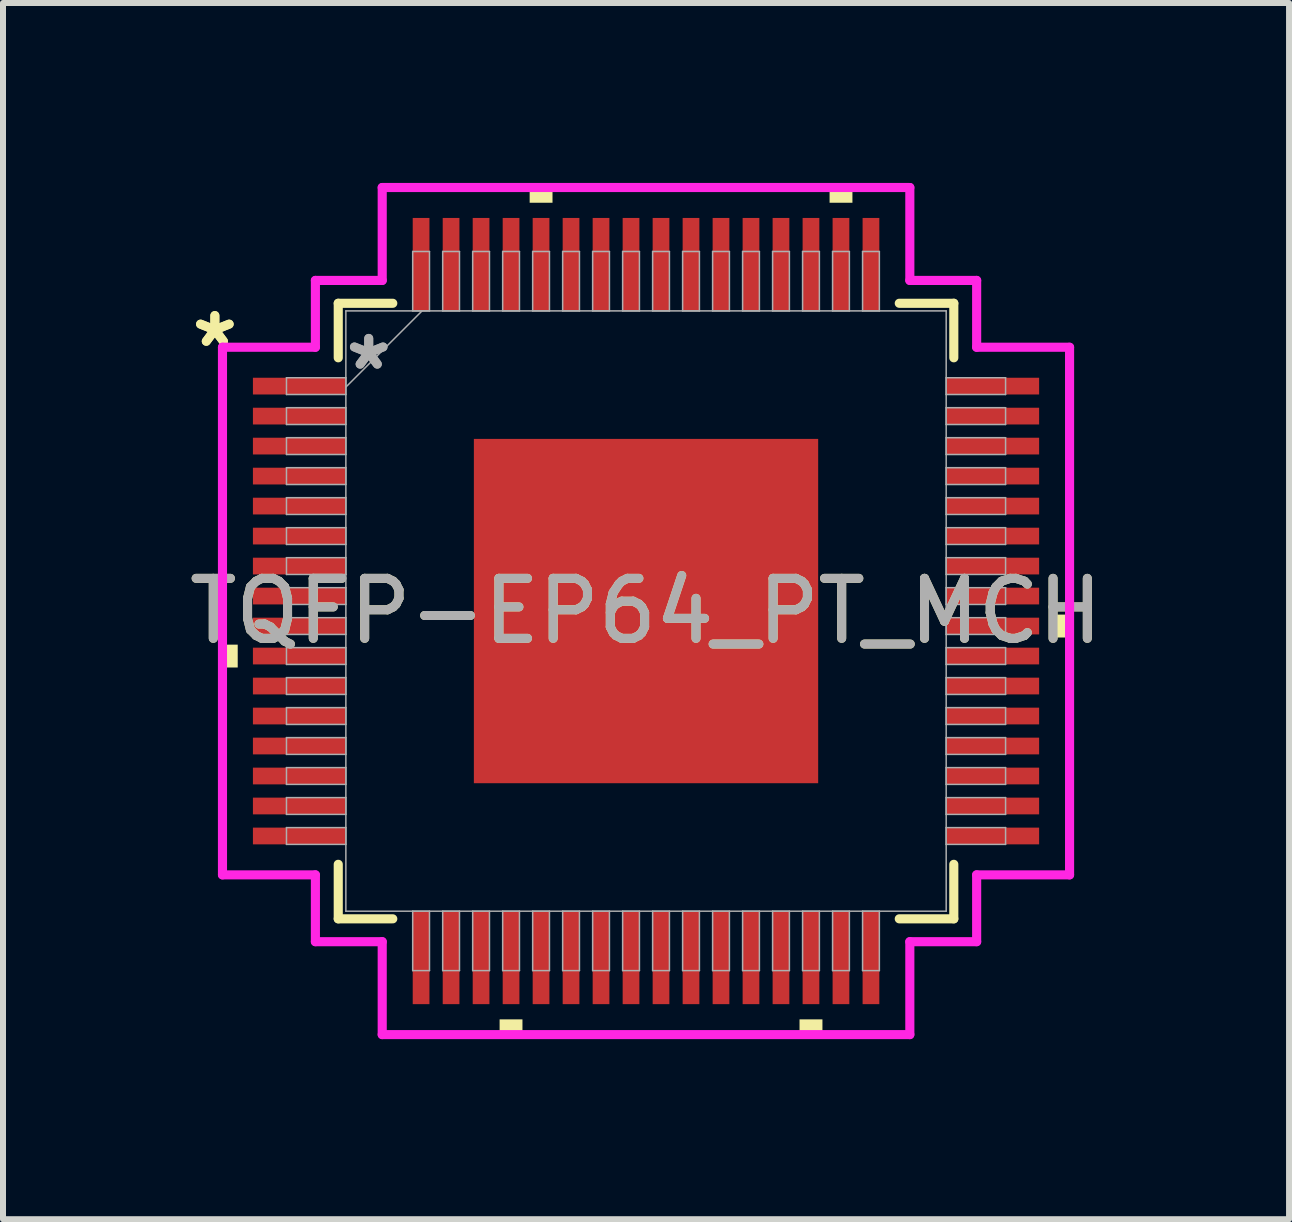
<source format=kicad_pcb>
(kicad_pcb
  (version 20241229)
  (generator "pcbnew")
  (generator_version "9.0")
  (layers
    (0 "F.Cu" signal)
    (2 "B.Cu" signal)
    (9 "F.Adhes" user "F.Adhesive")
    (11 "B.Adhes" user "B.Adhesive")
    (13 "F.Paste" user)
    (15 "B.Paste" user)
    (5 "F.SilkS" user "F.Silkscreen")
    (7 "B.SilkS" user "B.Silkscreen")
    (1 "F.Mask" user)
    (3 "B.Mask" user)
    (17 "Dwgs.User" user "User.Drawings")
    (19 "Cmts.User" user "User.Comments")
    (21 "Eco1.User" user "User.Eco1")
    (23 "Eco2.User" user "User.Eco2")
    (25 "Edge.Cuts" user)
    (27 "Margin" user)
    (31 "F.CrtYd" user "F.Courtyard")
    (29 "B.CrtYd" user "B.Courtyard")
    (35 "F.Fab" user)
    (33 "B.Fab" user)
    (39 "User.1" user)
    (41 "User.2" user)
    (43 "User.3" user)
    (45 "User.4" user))
  (footprint "TQFP-EP64_PT_MCH"
    (layer "F.Cu")
    (at 7.72 7.137)
    (property "Reference" "TQFP-EP64_PT_MCH" (at 0 0 0) (unlocked yes) (layer "F.SilkS") (effects (font (size 1 1) (thickness 0.15))))
    (attr smd)
    (fp_line (start -5.131 -5.131) (end -5.131 -4.222) (stroke (width 0.152) (type solid)) (layer "F.SilkS"))
    (fp_line (start -5.131 4.222) (end -5.131 5.131) (stroke (width 0.152) (type solid)) (layer "F.SilkS"))
    (fp_line (start -5.131 5.131) (end -4.222 5.131) (stroke (width 0.152) (type solid)) (layer "F.SilkS"))
    (fp_line (start -4.222 -5.131) (end -5.131 -5.131) (stroke (width 0.152) (type solid)) (layer "F.SilkS"))
    (fp_line (start 4.222 5.131) (end 5.131 5.131) (stroke (width 0.152) (type solid)) (layer "F.SilkS"))
    (fp_line (start 5.131 -5.131) (end 4.222 -5.131) (stroke (width 0.152) (type solid)) (layer "F.SilkS"))
    (fp_line (start 5.131 -4.222) (end 5.131 -5.131) (stroke (width 0.152) (type solid)) (layer "F.SilkS"))
    (fp_line (start 5.131 5.131) (end 5.131 4.222) (stroke (width 0.152) (type solid)) (layer "F.SilkS"))
    (fp_poly (pts (xy -7.061 0.56) (xy -7.061 0.941) (xy -6.807 0.941) (xy -6.807 0.56)) (stroke (width 0) (type solid)) (fill yes) (layer "F.SilkS"))
    (fp_poly (pts (xy -2.441 6.807) (xy -2.441 7.061) (xy -2.06 7.061) (xy -2.06 6.807)) (stroke (width 0) (type solid)) (fill yes) (layer "F.SilkS"))
    (fp_poly (pts (xy -1.94 -6.807) (xy -1.94 -7.061) (xy -1.559 -7.061) (xy -1.559 -6.807)) (stroke (width 0) (type solid)) (fill yes) (layer "F.SilkS"))
    (fp_poly (pts (xy 2.559 6.807) (xy 2.559 7.061) (xy 2.941 7.061) (xy 2.941 6.807)) (stroke (width 0) (type solid)) (fill yes) (layer "F.SilkS"))
    (fp_poly (pts (xy 3.06 -6.807) (xy 3.06 -7.061) (xy 3.441 -7.061) (xy 3.441 -6.807)) (stroke (width 0) (type solid)) (fill yes) (layer "F.SilkS"))
    (fp_poly (pts (xy 7.061 0.059) (xy 7.061 0.441) (xy 6.807 0.441) (xy 6.807 0.059)) (stroke (width 0) (type solid)) (fill yes) (layer "F.SilkS"))
    (fp_poly (pts (xy -2.77 -2.77) (xy -2.77 -1.535) (xy -1.535 -1.535) (xy -1.535 -2.77)) (stroke (width 0) (type solid)) (fill yes) (layer "F.Paste"))
    (fp_poly (pts (xy -2.77 -1.335) (xy -2.77 -0.1) (xy -1.535 -0.1) (xy -1.535 -1.335)) (stroke (width 0) (type solid)) (fill yes) (layer "F.Paste"))
    (fp_poly (pts (xy -2.77 0.1) (xy -2.77 1.335) (xy -1.535 1.335) (xy -1.535 0.1)) (stroke (width 0) (type solid)) (fill yes) (layer "F.Paste"))
    (fp_poly (pts (xy -2.77 1.535) (xy -2.77 2.77) (xy -1.535 2.77) (xy -1.535 1.535)) (stroke (width 0) (type solid)) (fill yes) (layer "F.Paste"))
    (fp_poly (pts (xy -1.335 -2.77) (xy -1.335 -1.535) (xy -0.1 -1.535) (xy -0.1 -2.77)) (stroke (width 0) (type solid)) (fill yes) (layer "F.Paste"))
    (fp_poly (pts (xy -1.335 -1.335) (xy -1.335 -0.1) (xy -0.1 -0.1) (xy -0.1 -1.335)) (stroke (width 0) (type solid)) (fill yes) (layer "F.Paste"))
    (fp_poly (pts (xy -1.335 0.1) (xy -1.335 1.335) (xy -0.1 1.335) (xy -0.1 0.1)) (stroke (width 0) (type solid)) (fill yes) (layer "F.Paste"))
    (fp_poly (pts (xy -1.335 1.535) (xy -1.335 2.77) (xy -0.1 2.77) (xy -0.1 1.535)) (stroke (width 0) (type solid)) (fill yes) (layer "F.Paste"))
    (fp_poly (pts (xy 0.1 -2.77) (xy 0.1 -1.535) (xy 1.335 -1.535) (xy 1.335 -2.77)) (stroke (width 0) (type solid)) (fill yes) (layer "F.Paste"))
    (fp_poly (pts (xy 0.1 -1.335) (xy 0.1 -0.1) (xy 1.335 -0.1) (xy 1.335 -1.335)) (stroke (width 0) (type solid)) (fill yes) (layer "F.Paste"))
    (fp_poly (pts (xy 0.1 0.1) (xy 0.1 1.335) (xy 1.335 1.335) (xy 1.335 0.1)) (stroke (width 0) (type solid)) (fill yes) (layer "F.Paste"))
    (fp_poly (pts (xy 0.1 1.535) (xy 0.1 2.77) (xy 1.335 2.77) (xy 1.335 1.535)) (stroke (width 0) (type solid)) (fill yes) (layer "F.Paste"))
    (fp_poly (pts (xy 1.535 -2.77) (xy 1.535 -1.535) (xy 2.77 -1.535) (xy 2.77 -2.77)) (stroke (width 0) (type solid)) (fill yes) (layer "F.Paste"))
    (fp_poly (pts (xy 1.535 -1.335) (xy 1.535 -0.1) (xy 2.77 -0.1) (xy 2.77 -1.335)) (stroke (width 0) (type solid)) (fill yes) (layer "F.Paste"))
    (fp_poly (pts (xy 1.535 0.1) (xy 1.535 1.335) (xy 2.77 1.335) (xy 2.77 0.1)) (stroke (width 0) (type solid)) (fill yes) (layer "F.Paste"))
    (fp_poly (pts (xy 1.535 1.535) (xy 1.535 2.77) (xy 2.77 2.77) (xy 2.77 1.535)) (stroke (width 0) (type solid)) (fill yes) (layer "F.Paste"))
    (fp_line (start -7.061 -4.398) (end -5.512 -4.398) (stroke (width 0.152) (type solid)) (layer "F.CrtYd"))
    (fp_line (start -7.061 4.398) (end -7.061 -4.398) (stroke (width 0.152) (type solid)) (layer "F.CrtYd"))
    (fp_line (start -5.512 -5.512) (end -4.398 -5.512) (stroke (width 0.152) (type solid)) (layer "F.CrtYd"))
    (fp_line (start -5.512 -4.398) (end -5.512 -5.512) (stroke (width 0.152) (type solid)) (layer "F.CrtYd"))
    (fp_line (start -5.512 4.398) (end -7.061 4.398) (stroke (width 0.152) (type solid)) (layer "F.CrtYd"))
    (fp_line (start -5.512 5.512) (end -5.512 4.398) (stroke (width 0.152) (type solid)) (layer "F.CrtYd"))
    (fp_line (start -5.512 5.512) (end -4.398 5.512) (stroke (width 0.152) (type solid)) (layer "F.CrtYd"))
    (fp_line (start -4.398 -7.061) (end 4.398 -7.061) (stroke (width 0.152) (type solid)) (layer "F.CrtYd"))
    (fp_line (start -4.398 -5.512) (end -4.398 -7.061) (stroke (width 0.152) (type solid)) (layer "F.CrtYd"))
    (fp_line (start -4.398 5.512) (end -4.398 7.061) (stroke (width 0.152) (type solid)) (layer "F.CrtYd"))
    (fp_line (start -4.398 7.061) (end 4.398 7.061) (stroke (width 0.152) (type solid)) (layer "F.CrtYd"))
    (fp_line (start 4.398 -7.061) (end 4.398 -5.512) (stroke (width 0.152) (type solid)) (layer "F.CrtYd"))
    (fp_line (start 4.398 -5.512) (end 5.512 -5.512) (stroke (width 0.152) (type solid)) (layer "F.CrtYd"))
    (fp_line (start 4.398 5.512) (end 5.512 5.512) (stroke (width 0.152) (type solid)) (layer "F.CrtYd"))
    (fp_line (start 4.398 7.061) (end 4.398 5.512) (stroke (width 0.152) (type solid)) (layer "F.CrtYd"))
    (fp_line (start 5.512 -4.398) (end 5.512 -5.512) (stroke (width 0.152) (type solid)) (layer "F.CrtYd"))
    (fp_line (start 5.512 4.398) (end 7.061 4.398) (stroke (width 0.152) (type solid)) (layer "F.CrtYd"))
    (fp_line (start 5.512 5.512) (end 5.512 4.398) (stroke (width 0.152) (type solid)) (layer "F.CrtYd"))
    (fp_line (start 7.061 -4.398) (end 5.512 -4.398) (stroke (width 0.152) (type solid)) (layer "F.CrtYd"))
    (fp_line (start 7.061 4.398) (end 7.061 -4.398) (stroke (width 0.152) (type solid)) (layer "F.CrtYd"))
    (fp_line (start -5.994 -3.89) (end -5.994 -3.61) (stroke (width 0.025) (type solid)) (layer "F.Fab"))
    (fp_line (start -5.994 -3.61) (end -5.004 -3.61) (stroke (width 0.025) (type solid)) (layer "F.Fab"))
    (fp_line (start -5.994 -3.39) (end -5.994 -3.11) (stroke (width 0.025) (type solid)) (layer "F.Fab"))
    (fp_line (start -5.994 -3.11) (end -5.004 -3.11) (stroke (width 0.025) (type solid)) (layer "F.Fab"))
    (fp_line (start -5.994 -2.89) (end -5.994 -2.61) (stroke (width 0.025) (type solid)) (layer "F.Fab"))
    (fp_line (start -5.994 -2.61) (end -5.004 -2.61) (stroke (width 0.025) (type solid)) (layer "F.Fab"))
    (fp_line (start -5.994 -2.39) (end -5.994 -2.11) (stroke (width 0.025) (type solid)) (layer "F.Fab"))
    (fp_line (start -5.994 -2.11) (end -5.004 -2.11) (stroke (width 0.025) (type solid)) (layer "F.Fab"))
    (fp_line (start -5.994 -1.89) (end -5.994 -1.61) (stroke (width 0.025) (type solid)) (layer "F.Fab"))
    (fp_line (start -5.994 -1.61) (end -5.004 -1.61) (stroke (width 0.025) (type solid)) (layer "F.Fab"))
    (fp_line (start -5.994 -1.39) (end -5.994 -1.11) (stroke (width 0.025) (type solid)) (layer "F.Fab"))
    (fp_line (start -5.994 -1.11) (end -5.004 -1.11) (stroke (width 0.025) (type solid)) (layer "F.Fab"))
    (fp_line (start -5.994 -0.89) (end -5.994 -0.61) (stroke (width 0.025) (type solid)) (layer "F.Fab"))
    (fp_line (start -5.994 -0.61) (end -5.004 -0.61) (stroke (width 0.025) (type solid)) (layer "F.Fab"))
    (fp_line (start -5.994 -0.39) (end -5.994 -0.11) (stroke (width 0.025) (type solid)) (layer "F.Fab"))
    (fp_line (start -5.994 -0.11) (end -5.004 -0.11) (stroke (width 0.025) (type solid)) (layer "F.Fab"))
    (fp_line (start -5.994 0.11) (end -5.994 0.39) (stroke (width 0.025) (type solid)) (layer "F.Fab"))
    (fp_line (start -5.994 0.39) (end -5.004 0.39) (stroke (width 0.025) (type solid)) (layer "F.Fab"))
    (fp_line (start -5.994 0.61) (end -5.994 0.89) (stroke (width 0.025) (type solid)) (layer "F.Fab"))
    (fp_line (start -5.994 0.89) (end -5.004 0.89) (stroke (width 0.025) (type solid)) (layer "F.Fab"))
    (fp_line (start -5.994 1.11) (end -5.994 1.39) (stroke (width 0.025) (type solid)) (layer "F.Fab"))
    (fp_line (start -5.994 1.39) (end -5.004 1.39) (stroke (width 0.025) (type solid)) (layer "F.Fab"))
    (fp_line (start -5.994 1.61) (end -5.994 1.89) (stroke (width 0.025) (type solid)) (layer "F.Fab"))
    (fp_line (start -5.994 1.89) (end -5.004 1.89) (stroke (width 0.025) (type solid)) (layer "F.Fab"))
    (fp_line (start -5.994 2.11) (end -5.994 2.39) (stroke (width 0.025) (type solid)) (layer "F.Fab"))
    (fp_line (start -5.994 2.39) (end -5.004 2.39) (stroke (width 0.025) (type solid)) (layer "F.Fab"))
    (fp_line (start -5.994 2.61) (end -5.994 2.89) (stroke (width 0.025) (type solid)) (layer "F.Fab"))
    (fp_line (start -5.994 2.89) (end -5.004 2.89) (stroke (width 0.025) (type solid)) (layer "F.Fab"))
    (fp_line (start -5.994 3.11) (end -5.994 3.39) (stroke (width 0.025) (type solid)) (layer "F.Fab"))
    (fp_line (start -5.994 3.39) (end -5.004 3.39) (stroke (width 0.025) (type solid)) (layer "F.Fab"))
    (fp_line (start -5.994 3.61) (end -5.994 3.89) (stroke (width 0.025) (type solid)) (layer "F.Fab"))
    (fp_line (start -5.994 3.89) (end -5.004 3.89) (stroke (width 0.025) (type solid)) (layer "F.Fab"))
    (fp_line (start -5.004 -5.004) (end -5.004 5.004) (stroke (width 0.025) (type solid)) (layer "F.Fab"))
    (fp_line (start -5.004 -3.89) (end -5.994 -3.89) (stroke (width 0.025) (type solid)) (layer "F.Fab"))
    (fp_line (start -5.004 -3.734) (end -3.734 -5.004) (stroke (width 0.025) (type solid)) (layer "F.Fab"))
    (fp_line (start -5.004 -3.61) (end -5.004 -3.89) (stroke (width 0.025) (type solid)) (layer "F.Fab"))
    (fp_line (start -5.004 -3.39) (end -5.994 -3.39) (stroke (width 0.025) (type solid)) (layer "F.Fab"))
    (fp_line (start -5.004 -3.11) (end -5.004 -3.39) (stroke (width 0.025) (type solid)) (layer "F.Fab"))
    (fp_line (start -5.004 -2.89) (end -5.994 -2.89) (stroke (width 0.025) (type solid)) (layer "F.Fab"))
    (fp_line (start -5.004 -2.61) (end -5.004 -2.89) (stroke (width 0.025) (type solid)) (layer "F.Fab"))
    (fp_line (start -5.004 -2.39) (end -5.994 -2.39) (stroke (width 0.025) (type solid)) (layer "F.Fab"))
    (fp_line (start -5.004 -2.11) (end -5.004 -2.39) (stroke (width 0.025) (type solid)) (layer "F.Fab"))
    (fp_line (start -5.004 -1.89) (end -5.994 -1.89) (stroke (width 0.025) (type solid)) (layer "F.Fab"))
    (fp_line (start -5.004 -1.61) (end -5.004 -1.89) (stroke (width 0.025) (type solid)) (layer "F.Fab"))
    (fp_line (start -5.004 -1.39) (end -5.994 -1.39) (stroke (width 0.025) (type solid)) (layer "F.Fab"))
    (fp_line (start -5.004 -1.11) (end -5.004 -1.39) (stroke (width 0.025) (type solid)) (layer "F.Fab"))
    (fp_line (start -5.004 -0.89) (end -5.994 -0.89) (stroke (width 0.025) (type solid)) (layer "F.Fab"))
    (fp_line (start -5.004 -0.61) (end -5.004 -0.89) (stroke (width 0.025) (type solid)) (layer "F.Fab"))
    (fp_line (start -5.004 -0.39) (end -5.994 -0.39) (stroke (width 0.025) (type solid)) (layer "F.Fab"))
    (fp_line (start -5.004 -0.11) (end -5.004 -0.39) (stroke (width 0.025) (type solid)) (layer "F.Fab"))
    (fp_line (start -5.004 0.11) (end -5.994 0.11) (stroke (width 0.025) (type solid)) (layer "F.Fab"))
    (fp_line (start -5.004 0.39) (end -5.004 0.11) (stroke (width 0.025) (type solid)) (layer "F.Fab"))
    (fp_line (start -5.004 0.61) (end -5.994 0.61) (stroke (width 0.025) (type solid)) (layer "F.Fab"))
    (fp_line (start -5.004 0.89) (end -5.004 0.61) (stroke (width 0.025) (type solid)) (layer "F.Fab"))
    (fp_line (start -5.004 1.11) (end -5.994 1.11) (stroke (width 0.025) (type solid)) (layer "F.Fab"))
    (fp_line (start -5.004 1.39) (end -5.004 1.11) (stroke (width 0.025) (type solid)) (layer "F.Fab"))
    (fp_line (start -5.004 1.61) (end -5.994 1.61) (stroke (width 0.025) (type solid)) (layer "F.Fab"))
    (fp_line (start -5.004 1.89) (end -5.004 1.61) (stroke (width 0.025) (type solid)) (layer "F.Fab"))
    (fp_line (start -5.004 2.11) (end -5.994 2.11) (stroke (width 0.025) (type solid)) (layer "F.Fab"))
    (fp_line (start -5.004 2.39) (end -5.004 2.11) (stroke (width 0.025) (type solid)) (layer "F.Fab"))
    (fp_line (start -5.004 2.61) (end -5.994 2.61) (stroke (width 0.025) (type solid)) (layer "F.Fab"))
    (fp_line (start -5.004 2.89) (end -5.004 2.61) (stroke (width 0.025) (type solid)) (layer "F.Fab"))
    (fp_line (start -5.004 3.11) (end -5.994 3.11) (stroke (width 0.025) (type solid)) (layer "F.Fab"))
    (fp_line (start -5.004 3.39) (end -5.004 3.11) (stroke (width 0.025) (type solid)) (layer "F.Fab"))
    (fp_line (start -5.004 3.61) (end -5.994 3.61) (stroke (width 0.025) (type solid)) (layer "F.Fab"))
    (fp_line (start -5.004 3.89) (end -5.004 3.61) (stroke (width 0.025) (type solid)) (layer "F.Fab"))
    (fp_line (start -5.004 5.004) (end 5.004 5.004) (stroke (width 0.025) (type solid)) (layer "F.Fab"))
    (fp_line (start -3.89 -5.994) (end -3.89 -5.004) (stroke (width 0.025) (type solid)) (layer "F.Fab"))
    (fp_line (start -3.89 -5.004) (end -3.61 -5.004) (stroke (width 0.025) (type solid)) (layer "F.Fab"))
    (fp_line (start -3.89 5.004) (end -3.89 5.994) (stroke (width 0.025) (type solid)) (layer "F.Fab"))
    (fp_line (start -3.89 5.994) (end -3.61 5.994) (stroke (width 0.025) (type solid)) (layer "F.Fab"))
    (fp_line (start -3.61 -5.994) (end -3.89 -5.994) (stroke (width 0.025) (type solid)) (layer "F.Fab"))
    (fp_line (start -3.61 -5.004) (end -3.61 -5.994) (stroke (width 0.025) (type solid)) (layer "F.Fab"))
    (fp_line (start -3.61 5.004) (end -3.89 5.004) (stroke (width 0.025) (type solid)) (layer "F.Fab"))
    (fp_line (start -3.61 5.994) (end -3.61 5.004) (stroke (width 0.025) (type solid)) (layer "F.Fab"))
    (fp_line (start -3.39 -5.994) (end -3.39 -5.004) (stroke (width 0.025) (type solid)) (layer "F.Fab"))
    (fp_line (start -3.39 -5.004) (end -3.11 -5.004) (stroke (width 0.025) (type solid)) (layer "F.Fab"))
    (fp_line (start -3.39 5.004) (end -3.39 5.994) (stroke (width 0.025) (type solid)) (layer "F.Fab"))
    (fp_line (start -3.39 5.994) (end -3.11 5.994) (stroke (width 0.025) (type solid)) (layer "F.Fab"))
    (fp_line (start -3.11 -5.994) (end -3.39 -5.994) (stroke (width 0.025) (type solid)) (layer "F.Fab"))
    (fp_line (start -3.11 -5.004) (end -3.11 -5.994) (stroke (width 0.025) (type solid)) (layer "F.Fab"))
    (fp_line (start -3.11 5.004) (end -3.39 5.004) (stroke (width 0.025) (type solid)) (layer "F.Fab"))
    (fp_line (start -3.11 5.994) (end -3.11 5.004) (stroke (width 0.025) (type solid)) (layer "F.Fab"))
    (fp_line (start -2.89 -5.994) (end -2.89 -5.004) (stroke (width 0.025) (type solid)) (layer "F.Fab"))
    (fp_line (start -2.89 -5.004) (end -2.61 -5.004) (stroke (width 0.025) (type solid)) (layer "F.Fab"))
    (fp_line (start -2.89 5.004) (end -2.89 5.994) (stroke (width 0.025) (type solid)) (layer "F.Fab"))
    (fp_line (start -2.89 5.994) (end -2.61 5.994) (stroke (width 0.025) (type solid)) (layer "F.Fab"))
    (fp_line (start -2.61 -5.994) (end -2.89 -5.994) (stroke (width 0.025) (type solid)) (layer "F.Fab"))
    (fp_line (start -2.61 -5.004) (end -2.61 -5.994) (stroke (width 0.025) (type solid)) (layer "F.Fab"))
    (fp_line (start -2.61 5.004) (end -2.89 5.004) (stroke (width 0.025) (type solid)) (layer "F.Fab"))
    (fp_line (start -2.61 5.994) (end -2.61 5.004) (stroke (width 0.025) (type solid)) (layer "F.Fab"))
    (fp_line (start -2.39 -5.994) (end -2.39 -5.004) (stroke (width 0.025) (type solid)) (layer "F.Fab"))
    (fp_line (start -2.39 -5.004) (end -2.11 -5.004) (stroke (width 0.025) (type solid)) (layer "F.Fab"))
    (fp_line (start -2.39 5.004) (end -2.39 5.994) (stroke (width 0.025) (type solid)) (layer "F.Fab"))
    (fp_line (start -2.39 5.994) (end -2.11 5.994) (stroke (width 0.025) (type solid)) (layer "F.Fab"))
    (fp_line (start -2.11 -5.994) (end -2.39 -5.994) (stroke (width 0.025) (type solid)) (layer "F.Fab"))
    (fp_line (start -2.11 -5.004) (end -2.11 -5.994) (stroke (width 0.025) (type solid)) (layer "F.Fab"))
    (fp_line (start -2.11 5.004) (end -2.39 5.004) (stroke (width 0.025) (type solid)) (layer "F.Fab"))
    (fp_line (start -2.11 5.994) (end -2.11 5.004) (stroke (width 0.025) (type solid)) (layer "F.Fab"))
    (fp_line (start -1.89 -5.994) (end -1.89 -5.004) (stroke (width 0.025) (type solid)) (layer "F.Fab"))
    (fp_line (start -1.89 -5.004) (end -1.61 -5.004) (stroke (width 0.025) (type solid)) (layer "F.Fab"))
    (fp_line (start -1.89 5.004) (end -1.89 5.994) (stroke (width 0.025) (type solid)) (layer "F.Fab"))
    (fp_line (start -1.89 5.994) (end -1.61 5.994) (stroke (width 0.025) (type solid)) (layer "F.Fab"))
    (fp_line (start -1.61 -5.994) (end -1.89 -5.994) (stroke (width 0.025) (type solid)) (layer "F.Fab"))
    (fp_line (start -1.61 -5.004) (end -1.61 -5.994) (stroke (width 0.025) (type solid)) (layer "F.Fab"))
    (fp_line (start -1.61 5.004) (end -1.89 5.004) (stroke (width 0.025) (type solid)) (layer "F.Fab"))
    (fp_line (start -1.61 5.994) (end -1.61 5.004) (stroke (width 0.025) (type solid)) (layer "F.Fab"))
    (fp_line (start -1.39 -5.994) (end -1.39 -5.004) (stroke (width 0.025) (type solid)) (layer "F.Fab"))
    (fp_line (start -1.39 -5.004) (end -1.11 -5.004) (stroke (width 0.025) (type solid)) (layer "F.Fab"))
    (fp_line (start -1.39 5.004) (end -1.39 5.994) (stroke (width 0.025) (type solid)) (layer "F.Fab"))
    (fp_line (start -1.39 5.994) (end -1.11 5.994) (stroke (width 0.025) (type solid)) (layer "F.Fab"))
    (fp_line (start -1.11 -5.994) (end -1.39 -5.994) (stroke (width 0.025) (type solid)) (layer "F.Fab"))
    (fp_line (start -1.11 -5.004) (end -1.11 -5.994) (stroke (width 0.025) (type solid)) (layer "F.Fab"))
    (fp_line (start -1.11 5.004) (end -1.39 5.004) (stroke (width 0.025) (type solid)) (layer "F.Fab"))
    (fp_line (start -1.11 5.994) (end -1.11 5.004) (stroke (width 0.025) (type solid)) (layer "F.Fab"))
    (fp_line (start -0.89 -5.994) (end -0.89 -5.004) (stroke (width 0.025) (type solid)) (layer "F.Fab"))
    (fp_line (start -0.89 -5.004) (end -0.61 -5.004) (stroke (width 0.025) (type solid)) (layer "F.Fab"))
    (fp_line (start -0.89 5.004) (end -0.89 5.994) (stroke (width 0.025) (type solid)) (layer "F.Fab"))
    (fp_line (start -0.89 5.994) (end -0.61 5.994) (stroke (width 0.025) (type solid)) (layer "F.Fab"))
    (fp_line (start -0.61 -5.994) (end -0.89 -5.994) (stroke (width 0.025) (type solid)) (layer "F.Fab"))
    (fp_line (start -0.61 -5.004) (end -0.61 -5.994) (stroke (width 0.025) (type solid)) (layer "F.Fab"))
    (fp_line (start -0.61 5.004) (end -0.89 5.004) (stroke (width 0.025) (type solid)) (layer "F.Fab"))
    (fp_line (start -0.61 5.994) (end -0.61 5.004) (stroke (width 0.025) (type solid)) (layer "F.Fab"))
    (fp_line (start -0.39 -5.994) (end -0.39 -5.004) (stroke (width 0.025) (type solid)) (layer "F.Fab"))
    (fp_line (start -0.39 -5.004) (end -0.11 -5.004) (stroke (width 0.025) (type solid)) (layer "F.Fab"))
    (fp_line (start -0.39 5.004) (end -0.39 5.994) (stroke (width 0.025) (type solid)) (layer "F.Fab"))
    (fp_line (start -0.39 5.994) (end -0.11 5.994) (stroke (width 0.025) (type solid)) (layer "F.Fab"))
    (fp_line (start -0.11 -5.994) (end -0.39 -5.994) (stroke (width 0.025) (type solid)) (layer "F.Fab"))
    (fp_line (start -0.11 -5.004) (end -0.11 -5.994) (stroke (width 0.025) (type solid)) (layer "F.Fab"))
    (fp_line (start -0.11 5.004) (end -0.39 5.004) (stroke (width 0.025) (type solid)) (layer "F.Fab"))
    (fp_line (start -0.11 5.994) (end -0.11 5.004) (stroke (width 0.025) (type solid)) (layer "F.Fab"))
    (fp_line (start 0.11 -5.994) (end 0.11 -5.004) (stroke (width 0.025) (type solid)) (layer "F.Fab"))
    (fp_line (start 0.11 -5.004) (end 0.39 -5.004) (stroke (width 0.025) (type solid)) (layer "F.Fab"))
    (fp_line (start 0.11 5.004) (end 0.11 5.994) (stroke (width 0.025) (type solid)) (layer "F.Fab"))
    (fp_line (start 0.11 5.994) (end 0.39 5.994) (stroke (width 0.025) (type solid)) (layer "F.Fab"))
    (fp_line (start 0.39 -5.994) (end 0.11 -5.994) (stroke (width 0.025) (type solid)) (layer "F.Fab"))
    (fp_line (start 0.39 -5.004) (end 0.39 -5.994) (stroke (width 0.025) (type solid)) (layer "F.Fab"))
    (fp_line (start 0.39 5.004) (end 0.11 5.004) (stroke (width 0.025) (type solid)) (layer "F.Fab"))
    (fp_line (start 0.39 5.994) (end 0.39 5.004) (stroke (width 0.025) (type solid)) (layer "F.Fab"))
    (fp_line (start 0.61 -5.994) (end 0.61 -5.004) (stroke (width 0.025) (type solid)) (layer "F.Fab"))
    (fp_line (start 0.61 -5.004) (end 0.89 -5.004) (stroke (width 0.025) (type solid)) (layer "F.Fab"))
    (fp_line (start 0.61 5.004) (end 0.61 5.994) (stroke (width 0.025) (type solid)) (layer "F.Fab"))
    (fp_line (start 0.61 5.994) (end 0.89 5.994) (stroke (width 0.025) (type solid)) (layer "F.Fab"))
    (fp_line (start 0.89 -5.994) (end 0.61 -5.994) (stroke (width 0.025) (type solid)) (layer "F.Fab"))
    (fp_line (start 0.89 -5.004) (end 0.89 -5.994) (stroke (width 0.025) (type solid)) (layer "F.Fab"))
    (fp_line (start 0.89 5.004) (end 0.61 5.004) (stroke (width 0.025) (type solid)) (layer "F.Fab"))
    (fp_line (start 0.89 5.994) (end 0.89 5.004) (stroke (width 0.025) (type solid)) (layer "F.Fab"))
    (fp_line (start 1.11 -5.994) (end 1.11 -5.004) (stroke (width 0.025) (type solid)) (layer "F.Fab"))
    (fp_line (start 1.11 -5.004) (end 1.39 -5.004) (stroke (width 0.025) (type solid)) (layer "F.Fab"))
    (fp_line (start 1.11 5.004) (end 1.11 5.994) (stroke (width 0.025) (type solid)) (layer "F.Fab"))
    (fp_line (start 1.11 5.994) (end 1.39 5.994) (stroke (width 0.025) (type solid)) (layer "F.Fab"))
    (fp_line (start 1.39 -5.994) (end 1.11 -5.994) (stroke (width 0.025) (type solid)) (layer "F.Fab"))
    (fp_line (start 1.39 -5.004) (end 1.39 -5.994) (stroke (width 0.025) (type solid)) (layer "F.Fab"))
    (fp_line (start 1.39 5.004) (end 1.11 5.004) (stroke (width 0.025) (type solid)) (layer "F.Fab"))
    (fp_line (start 1.39 5.994) (end 1.39 5.004) (stroke (width 0.025) (type solid)) (layer "F.Fab"))
    (fp_line (start 1.61 -5.994) (end 1.61 -5.004) (stroke (width 0.025) (type solid)) (layer "F.Fab"))
    (fp_line (start 1.61 -5.004) (end 1.89 -5.004) (stroke (width 0.025) (type solid)) (layer "F.Fab"))
    (fp_line (start 1.61 5.004) (end 1.61 5.994) (stroke (width 0.025) (type solid)) (layer "F.Fab"))
    (fp_line (start 1.61 5.994) (end 1.89 5.994) (stroke (width 0.025) (type solid)) (layer "F.Fab"))
    (fp_line (start 1.89 -5.994) (end 1.61 -5.994) (stroke (width 0.025) (type solid)) (layer "F.Fab"))
    (fp_line (start 1.89 -5.004) (end 1.89 -5.994) (stroke (width 0.025) (type solid)) (layer "F.Fab"))
    (fp_line (start 1.89 5.004) (end 1.61 5.004) (stroke (width 0.025) (type solid)) (layer "F.Fab"))
    (fp_line (start 1.89 5.994) (end 1.89 5.004) (stroke (width 0.025) (type solid)) (layer "F.Fab"))
    (fp_line (start 2.11 -5.994) (end 2.11 -5.004) (stroke (width 0.025) (type solid)) (layer "F.Fab"))
    (fp_line (start 2.11 -5.004) (end 2.39 -5.004) (stroke (width 0.025) (type solid)) (layer "F.Fab"))
    (fp_line (start 2.11 5.004) (end 2.11 5.994) (stroke (width 0.025) (type solid)) (layer "F.Fab"))
    (fp_line (start 2.11 5.994) (end 2.39 5.994) (stroke (width 0.025) (type solid)) (layer "F.Fab"))
    (fp_line (start 2.39 -5.994) (end 2.11 -5.994) (stroke (width 0.025) (type solid)) (layer "F.Fab"))
    (fp_line (start 2.39 -5.004) (end 2.39 -5.994) (stroke (width 0.025) (type solid)) (layer "F.Fab"))
    (fp_line (start 2.39 5.004) (end 2.11 5.004) (stroke (width 0.025) (type solid)) (layer "F.Fab"))
    (fp_line (start 2.39 5.994) (end 2.39 5.004) (stroke (width 0.025) (type solid)) (layer "F.Fab"))
    (fp_line (start 2.61 -5.994) (end 2.61 -5.004) (stroke (width 0.025) (type solid)) (layer "F.Fab"))
    (fp_line (start 2.61 -5.004) (end 2.89 -5.004) (stroke (width 0.025) (type solid)) (layer "F.Fab"))
    (fp_line (start 2.61 5.004) (end 2.61 5.994) (stroke (width 0.025) (type solid)) (layer "F.Fab"))
    (fp_line (start 2.61 5.994) (end 2.89 5.994) (stroke (width 0.025) (type solid)) (layer "F.Fab"))
    (fp_line (start 2.89 -5.994) (end 2.61 -5.994) (stroke (width 0.025) (type solid)) (layer "F.Fab"))
    (fp_line (start 2.89 -5.004) (end 2.89 -5.994) (stroke (width 0.025) (type solid)) (layer "F.Fab"))
    (fp_line (start 2.89 5.004) (end 2.61 5.004) (stroke (width 0.025) (type solid)) (layer "F.Fab"))
    (fp_line (start 2.89 5.994) (end 2.89 5.004) (stroke (width 0.025) (type solid)) (layer "F.Fab"))
    (fp_line (start 3.11 -5.994) (end 3.11 -5.004) (stroke (width 0.025) (type solid)) (layer "F.Fab"))
    (fp_line (start 3.11 -5.004) (end 3.39 -5.004) (stroke (width 0.025) (type solid)) (layer "F.Fab"))
    (fp_line (start 3.11 5.004) (end 3.11 5.994) (stroke (width 0.025) (type solid)) (layer "F.Fab"))
    (fp_line (start 3.11 5.994) (end 3.39 5.994) (stroke (width 0.025) (type solid)) (layer "F.Fab"))
    (fp_line (start 3.39 -5.994) (end 3.11 -5.994) (stroke (width 0.025) (type solid)) (layer "F.Fab"))
    (fp_line (start 3.39 -5.004) (end 3.39 -5.994) (stroke (width 0.025) (type solid)) (layer "F.Fab"))
    (fp_line (start 3.39 5.004) (end 3.11 5.004) (stroke (width 0.025) (type solid)) (layer "F.Fab"))
    (fp_line (start 3.39 5.994) (end 3.39 5.004) (stroke (width 0.025) (type solid)) (layer "F.Fab"))
    (fp_line (start 3.61 -5.994) (end 3.61 -5.004) (stroke (width 0.025) (type solid)) (layer "F.Fab"))
    (fp_line (start 3.61 -5.004) (end 3.89 -5.004) (stroke (width 0.025) (type solid)) (layer "F.Fab"))
    (fp_line (start 3.61 5.004) (end 3.61 5.994) (stroke (width 0.025) (type solid)) (layer "F.Fab"))
    (fp_line (start 3.61 5.994) (end 3.89 5.994) (stroke (width 0.025) (type solid)) (layer "F.Fab"))
    (fp_line (start 3.89 -5.994) (end 3.61 -5.994) (stroke (width 0.025) (type solid)) (layer "F.Fab"))
    (fp_line (start 3.89 -5.004) (end 3.89 -5.994) (stroke (width 0.025) (type solid)) (layer "F.Fab"))
    (fp_line (start 3.89 5.004) (end 3.61 5.004) (stroke (width 0.025) (type solid)) (layer "F.Fab"))
    (fp_line (start 3.89 5.994) (end 3.89 5.004) (stroke (width 0.025) (type solid)) (layer "F.Fab"))
    (fp_line (start 5.004 -5.004) (end -5.004 -5.004) (stroke (width 0.025) (type solid)) (layer "F.Fab"))
    (fp_line (start 5.004 -3.89) (end 5.004 -3.61) (stroke (width 0.025) (type solid)) (layer "F.Fab"))
    (fp_line (start 5.004 -3.61) (end 5.994 -3.61) (stroke (width 0.025) (type solid)) (layer "F.Fab"))
    (fp_line (start 5.004 -3.39) (end 5.004 -3.11) (stroke (width 0.025) (type solid)) (layer "F.Fab"))
    (fp_line (start 5.004 -3.11) (end 5.994 -3.11) (stroke (width 0.025) (type solid)) (layer "F.Fab"))
    (fp_line (start 5.004 -2.89) (end 5.004 -2.61) (stroke (width 0.025) (type solid)) (layer "F.Fab"))
    (fp_line (start 5.004 -2.61) (end 5.994 -2.61) (stroke (width 0.025) (type solid)) (layer "F.Fab"))
    (fp_line (start 5.004 -2.39) (end 5.004 -2.11) (stroke (width 0.025) (type solid)) (layer "F.Fab"))
    (fp_line (start 5.004 -2.11) (end 5.994 -2.11) (stroke (width 0.025) (type solid)) (layer "F.Fab"))
    (fp_line (start 5.004 -1.89) (end 5.004 -1.61) (stroke (width 0.025) (type solid)) (layer "F.Fab"))
    (fp_line (start 5.004 -1.61) (end 5.994 -1.61) (stroke (width 0.025) (type solid)) (layer "F.Fab"))
    (fp_line (start 5.004 -1.39) (end 5.004 -1.11) (stroke (width 0.025) (type solid)) (layer "F.Fab"))
    (fp_line (start 5.004 -1.11) (end 5.994 -1.11) (stroke (width 0.025) (type solid)) (layer "F.Fab"))
    (fp_line (start 5.004 -0.89) (end 5.004 -0.61) (stroke (width 0.025) (type solid)) (layer "F.Fab"))
    (fp_line (start 5.004 -0.61) (end 5.994 -0.61) (stroke (width 0.025) (type solid)) (layer "F.Fab"))
    (fp_line (start 5.004 -0.39) (end 5.004 -0.11) (stroke (width 0.025) (type solid)) (layer "F.Fab"))
    (fp_line (start 5.004 -0.11) (end 5.994 -0.11) (stroke (width 0.025) (type solid)) (layer "F.Fab"))
    (fp_line (start 5.004 0.11) (end 5.004 0.39) (stroke (width 0.025) (type solid)) (layer "F.Fab"))
    (fp_line (start 5.004 0.39) (end 5.994 0.39) (stroke (width 0.025) (type solid)) (layer "F.Fab"))
    (fp_line (start 5.004 0.61) (end 5.004 0.89) (stroke (width 0.025) (type solid)) (layer "F.Fab"))
    (fp_line (start 5.004 0.89) (end 5.994 0.89) (stroke (width 0.025) (type solid)) (layer "F.Fab"))
    (fp_line (start 5.004 1.11) (end 5.004 1.39) (stroke (width 0.025) (type solid)) (layer "F.Fab"))
    (fp_line (start 5.004 1.39) (end 5.994 1.39) (stroke (width 0.025) (type solid)) (layer "F.Fab"))
    (fp_line (start 5.004 1.61) (end 5.004 1.89) (stroke (width 0.025) (type solid)) (layer "F.Fab"))
    (fp_line (start 5.004 1.89) (end 5.994 1.89) (stroke (width 0.025) (type solid)) (layer "F.Fab"))
    (fp_line (start 5.004 2.11) (end 5.004 2.39) (stroke (width 0.025) (type solid)) (layer "F.Fab"))
    (fp_line (start 5.004 2.39) (end 5.994 2.39) (stroke (width 0.025) (type solid)) (layer "F.Fab"))
    (fp_line (start 5.004 2.61) (end 5.004 2.89) (stroke (width 0.025) (type solid)) (layer "F.Fab"))
    (fp_line (start 5.004 2.89) (end 5.994 2.89) (stroke (width 0.025) (type solid)) (layer "F.Fab"))
    (fp_line (start 5.004 3.11) (end 5.004 3.39) (stroke (width 0.025) (type solid)) (layer "F.Fab"))
    (fp_line (start 5.004 3.39) (end 5.994 3.39) (stroke (width 0.025) (type solid)) (layer "F.Fab"))
    (fp_line (start 5.004 3.61) (end 5.004 3.89) (stroke (width 0.025) (type solid)) (layer "F.Fab"))
    (fp_line (start 5.004 3.89) (end 5.994 3.89) (stroke (width 0.025) (type solid)) (layer "F.Fab"))
    (fp_line (start 5.004 5.004) (end 5.004 -5.004) (stroke (width 0.025) (type solid)) (layer "F.Fab"))
    (fp_line (start 5.994 -3.89) (end 5.004 -3.89) (stroke (width 0.025) (type solid)) (layer "F.Fab"))
    (fp_line (start 5.994 -3.61) (end 5.994 -3.89) (stroke (width 0.025) (type solid)) (layer "F.Fab"))
    (fp_line (start 5.994 -3.39) (end 5.004 -3.39) (stroke (width 0.025) (type solid)) (layer "F.Fab"))
    (fp_line (start 5.994 -3.11) (end 5.994 -3.39) (stroke (width 0.025) (type solid)) (layer "F.Fab"))
    (fp_line (start 5.994 -2.89) (end 5.004 -2.89) (stroke (width 0.025) (type solid)) (layer "F.Fab"))
    (fp_line (start 5.994 -2.61) (end 5.994 -2.89) (stroke (width 0.025) (type solid)) (layer "F.Fab"))
    (fp_line (start 5.994 -2.39) (end 5.004 -2.39) (stroke (width 0.025) (type solid)) (layer "F.Fab"))
    (fp_line (start 5.994 -2.11) (end 5.994 -2.39) (stroke (width 0.025) (type solid)) (layer "F.Fab"))
    (fp_line (start 5.994 -1.89) (end 5.004 -1.89) (stroke (width 0.025) (type solid)) (layer "F.Fab"))
    (fp_line (start 5.994 -1.61) (end 5.994 -1.89) (stroke (width 0.025) (type solid)) (layer "F.Fab"))
    (fp_line (start 5.994 -1.39) (end 5.004 -1.39) (stroke (width 0.025) (type solid)) (layer "F.Fab"))
    (fp_line (start 5.994 -1.11) (end 5.994 -1.39) (stroke (width 0.025) (type solid)) (layer "F.Fab"))
    (fp_line (start 5.994 -0.89) (end 5.004 -0.89) (stroke (width 0.025) (type solid)) (layer "F.Fab"))
    (fp_line (start 5.994 -0.61) (end 5.994 -0.89) (stroke (width 0.025) (type solid)) (layer "F.Fab"))
    (fp_line (start 5.994 -0.39) (end 5.004 -0.39) (stroke (width 0.025) (type solid)) (layer "F.Fab"))
    (fp_line (start 5.994 -0.11) (end 5.994 -0.39) (stroke (width 0.025) (type solid)) (layer "F.Fab"))
    (fp_line (start 5.994 0.11) (end 5.004 0.11) (stroke (width 0.025) (type solid)) (layer "F.Fab"))
    (fp_line (start 5.994 0.39) (end 5.994 0.11) (stroke (width 0.025) (type solid)) (layer "F.Fab"))
    (fp_line (start 5.994 0.61) (end 5.004 0.61) (stroke (width 0.025) (type solid)) (layer "F.Fab"))
    (fp_line (start 5.994 0.89) (end 5.994 0.61) (stroke (width 0.025) (type solid)) (layer "F.Fab"))
    (fp_line (start 5.994 1.11) (end 5.004 1.11) (stroke (width 0.025) (type solid)) (layer "F.Fab"))
    (fp_line (start 5.994 1.39) (end 5.994 1.11) (stroke (width 0.025) (type solid)) (layer "F.Fab"))
    (fp_line (start 5.994 1.61) (end 5.004 1.61) (stroke (width 0.025) (type solid)) (layer "F.Fab"))
    (fp_line (start 5.994 1.89) (end 5.994 1.61) (stroke (width 0.025) (type solid)) (layer "F.Fab"))
    (fp_line (start 5.994 2.11) (end 5.004 2.11) (stroke (width 0.025) (type solid)) (layer "F.Fab"))
    (fp_line (start 5.994 2.39) (end 5.994 2.11) (stroke (width 0.025) (type solid)) (layer "F.Fab"))
    (fp_line (start 5.994 2.61) (end 5.004 2.61) (stroke (width 0.025) (type solid)) (layer "F.Fab"))
    (fp_line (start 5.994 2.89) (end 5.994 2.61) (stroke (width 0.025) (type solid)) (layer "F.Fab"))
    (fp_line (start 5.994 3.11) (end 5.004 3.11) (stroke (width 0.025) (type solid)) (layer "F.Fab"))
    (fp_line (start 5.994 3.39) (end 5.994 3.11) (stroke (width 0.025) (type solid)) (layer "F.Fab"))
    (fp_line (start 5.994 3.61) (end 5.004 3.61) (stroke (width 0.025) (type solid)) (layer "F.Fab"))
    (fp_line (start 5.994 3.89) (end 5.994 3.61) (stroke (width 0.025) (type solid)) (layer "F.Fab"))
    (fp_text user "*" (at -7.188 -4.381 0) (unlocked yes) (layer "F.SilkS") (effects (font (size 1 1) (thickness 0.15))))
    (fp_text user "*" (at -7.188 -4.381 0) (layer "F.SilkS") (effects (font (size 1 1) (thickness 0.15))))
    (fp_text user "${REFERENCE}" (at 0 0 0) (unlocked yes) (layer "F.Fab") (effects (font (size 1 1) (thickness 0.15))))
    (fp_text user "*" (at -4.623 -4 0) (unlocked yes) (layer "F.Fab") (effects (font (size 1 1) (thickness 0.15))))
    (fp_text user "*" (at -4.623 -4 0) (layer "F.Fab") (effects (font (size 1 1) (thickness 0.15))))
    (pad "1" smd rect (at -5.779 -3.75 90) (size 0.279 1.549) (layers "F.Cu" "F.Mask" "F.Paste"))
    (pad "2" smd rect (at -5.779 -3.25 90) (size 0.279 1.549) (layers "F.Cu" "F.Mask" "F.Paste"))
    (pad "3" smd rect (at -5.779 -2.75 90) (size 0.279 1.549) (layers "F.Cu" "F.Mask" "F.Paste"))
    (pad "4" smd rect (at -5.779 -2.25 90) (size 0.279 1.549) (layers "F.Cu" "F.Mask" "F.Paste"))
    (pad "5" smd rect (at -5.779 -1.75 90) (size 0.279 1.549) (layers "F.Cu" "F.Mask" "F.Paste"))
    (pad "6" smd rect (at -5.779 -1.25 90) (size 0.279 1.549) (layers "F.Cu" "F.Mask" "F.Paste"))
    (pad "7" smd rect (at -5.779 -0.75 90) (size 0.279 1.549) (layers "F.Cu" "F.Mask" "F.Paste"))
    (pad "8" smd rect (at -5.779 -0.25 90) (size 0.279 1.549) (layers "F.Cu" "F.Mask" "F.Paste"))
    (pad "9" smd rect (at -5.779 0.25 90) (size 0.279 1.549) (layers "F.Cu" "F.Mask" "F.Paste"))
    (pad "10" smd rect (at -5.779 0.75 90) (size 0.279 1.549) (layers "F.Cu" "F.Mask" "F.Paste"))
    (pad "11" smd rect (at -5.779 1.25 90) (size 0.279 1.549) (layers "F.Cu" "F.Mask" "F.Paste"))
    (pad "12" smd rect (at -5.779 1.75 90) (size 0.279 1.549) (layers "F.Cu" "F.Mask" "F.Paste"))
    (pad "13" smd rect (at -5.779 2.25 90) (size 0.279 1.549) (layers "F.Cu" "F.Mask" "F.Paste"))
    (pad "14" smd rect (at -5.779 2.75 90) (size 0.279 1.549) (layers "F.Cu" "F.Mask" "F.Paste"))
    (pad "15" smd rect (at -5.779 3.25 90) (size 0.279 1.549) (layers "F.Cu" "F.Mask" "F.Paste"))
    (pad "16" smd rect (at -5.779 3.75 90) (size 0.279 1.549) (layers "F.Cu" "F.Mask" "F.Paste"))
    (pad "17" smd rect (at -3.75 5.779) (size 0.279 1.549) (layers "F.Cu" "F.Mask" "F.Paste"))
    (pad "18" smd rect (at -3.25 5.779) (size 0.279 1.549) (layers "F.Cu" "F.Mask" "F.Paste"))
    (pad "19" smd rect (at -2.75 5.779) (size 0.279 1.549) (layers "F.Cu" "F.Mask" "F.Paste"))
    (pad "20" smd rect (at -2.25 5.779) (size 0.279 1.549) (layers "F.Cu" "F.Mask" "F.Paste"))
    (pad "21" smd rect (at -1.75 5.779) (size 0.279 1.549) (layers "F.Cu" "F.Mask" "F.Paste"))
    (pad "22" smd rect (at -1.25 5.779) (size 0.279 1.549) (layers "F.Cu" "F.Mask" "F.Paste"))
    (pad "23" smd rect (at -0.75 5.779) (size 0.279 1.549) (layers "F.Cu" "F.Mask" "F.Paste"))
    (pad "24" smd rect (at -0.25 5.779) (size 0.279 1.549) (layers "F.Cu" "F.Mask" "F.Paste"))
    (pad "25" smd rect (at 0.25 5.779) (size 0.279 1.549) (layers "F.Cu" "F.Mask" "F.Paste"))
    (pad "26" smd rect (at 0.75 5.779) (size 0.279 1.549) (layers "F.Cu" "F.Mask" "F.Paste"))
    (pad "27" smd rect (at 1.25 5.779) (size 0.279 1.549) (layers "F.Cu" "F.Mask" "F.Paste"))
    (pad "28" smd rect (at 1.75 5.779) (size 0.279 1.549) (layers "F.Cu" "F.Mask" "F.Paste"))
    (pad "29" smd rect (at 2.25 5.779) (size 0.279 1.549) (layers "F.Cu" "F.Mask" "F.Paste"))
    (pad "30" smd rect (at 2.75 5.779) (size 0.279 1.549) (layers "F.Cu" "F.Mask" "F.Paste"))
    (pad "31" smd rect (at 3.25 5.779) (size 0.279 1.549) (layers "F.Cu" "F.Mask" "F.Paste"))
    (pad "32" smd rect (at 3.75 5.779) (size 0.279 1.549) (layers "F.Cu" "F.Mask" "F.Paste"))
    (pad "33" smd rect (at 5.779 3.75 90) (size 0.279 1.549) (layers "F.Cu" "F.Mask" "F.Paste"))
    (pad "34" smd rect (at 5.779 3.25 90) (size 0.279 1.549) (layers "F.Cu" "F.Mask" "F.Paste"))
    (pad "35" smd rect (at 5.779 2.75 90) (size 0.279 1.549) (layers "F.Cu" "F.Mask" "F.Paste"))
    (pad "36" smd rect (at 5.779 2.25 90) (size 0.279 1.549) (layers "F.Cu" "F.Mask" "F.Paste"))
    (pad "37" smd rect (at 5.779 1.75 90) (size 0.279 1.549) (layers "F.Cu" "F.Mask" "F.Paste"))
    (pad "38" smd rect (at 5.779 1.25 90) (size 0.279 1.549) (layers "F.Cu" "F.Mask" "F.Paste"))
    (pad "39" smd rect (at 5.779 0.75 90) (size 0.279 1.549) (layers "F.Cu" "F.Mask" "F.Paste"))
    (pad "40" smd rect (at 5.779 0.25 90) (size 0.279 1.549) (layers "F.Cu" "F.Mask" "F.Paste"))
    (pad "41" smd rect (at 5.779 -0.25 90) (size 0.279 1.549) (layers "F.Cu" "F.Mask" "F.Paste"))
    (pad "42" smd rect (at 5.779 -0.75 90) (size 0.279 1.549) (layers "F.Cu" "F.Mask" "F.Paste"))
    (pad "43" smd rect (at 5.779 -1.25 90) (size 0.279 1.549) (layers "F.Cu" "F.Mask" "F.Paste"))
    (pad "44" smd rect (at 5.779 -1.75 90) (size 0.279 1.549) (layers "F.Cu" "F.Mask" "F.Paste"))
    (pad "45" smd rect (at 5.779 -2.25 90) (size 0.279 1.549) (layers "F.Cu" "F.Mask" "F.Paste"))
    (pad "46" smd rect (at 5.779 -2.75 90) (size 0.279 1.549) (layers "F.Cu" "F.Mask" "F.Paste"))
    (pad "47" smd rect (at 5.779 -3.25 90) (size 0.279 1.549) (layers "F.Cu" "F.Mask" "F.Paste"))
    (pad "48" smd rect (at 5.779 -3.75 90) (size 0.279 1.549) (layers "F.Cu" "F.Mask" "F.Paste"))
    (pad "49" smd rect (at 3.75 -5.779) (size 0.279 1.549) (layers "F.Cu" "F.Mask" "F.Paste"))
    (pad "50" smd rect (at 3.25 -5.779) (size 0.279 1.549) (layers "F.Cu" "F.Mask" "F.Paste"))
    (pad "51" smd rect (at 2.75 -5.779) (size 0.279 1.549) (layers "F.Cu" "F.Mask" "F.Paste"))
    (pad "52" smd rect (at 2.25 -5.779) (size 0.279 1.549) (layers "F.Cu" "F.Mask" "F.Paste"))
    (pad "53" smd rect (at 1.75 -5.779) (size 0.279 1.549) (layers "F.Cu" "F.Mask" "F.Paste"))
    (pad "54" smd rect (at 1.25 -5.779) (size 0.279 1.549) (layers "F.Cu" "F.Mask" "F.Paste"))
    (pad "55" smd rect (at 0.75 -5.779) (size 0.279 1.549) (layers "F.Cu" "F.Mask" "F.Paste"))
    (pad "56" smd rect (at 0.25 -5.779) (size 0.279 1.549) (layers "F.Cu" "F.Mask" "F.Paste"))
    (pad "57" smd rect (at -0.25 -5.779) (size 0.279 1.549) (layers "F.Cu" "F.Mask" "F.Paste"))
    (pad "58" smd rect (at -0.75 -5.779) (size 0.279 1.549) (layers "F.Cu" "F.Mask" "F.Paste"))
    (pad "59" smd rect (at -1.25 -5.779) (size 0.279 1.549) (layers "F.Cu" "F.Mask" "F.Paste"))
    (pad "60" smd rect (at -1.75 -5.779) (size 0.279 1.549) (layers "F.Cu" "F.Mask" "F.Paste"))
    (pad "61" smd rect (at -2.25 -5.779) (size 0.279 1.549) (layers "F.Cu" "F.Mask" "F.Paste"))
    (pad "62" smd rect (at -2.75 -5.779) (size 0.279 1.549) (layers "F.Cu" "F.Mask" "F.Paste"))
    (pad "63" smd rect (at -3.25 -5.779) (size 0.279 1.549) (layers "F.Cu" "F.Mask" "F.Paste"))
    (pad "64" smd rect (at -3.75 -5.779) (size 0.279 1.549) (layers "F.Cu" "F.Mask" "F.Paste"))
    (pad "EPAD" smd rect (at 0 0) (size 5.74 5.74) (layers "F.Cu" "F.Mask")))
  (gr_rect
    (start -3 -3)
    (end 18.44 17.275)
    (stroke (width 0.1) (type default))
    (fill no)
    (layer "Edge.Cuts")))
</source>
